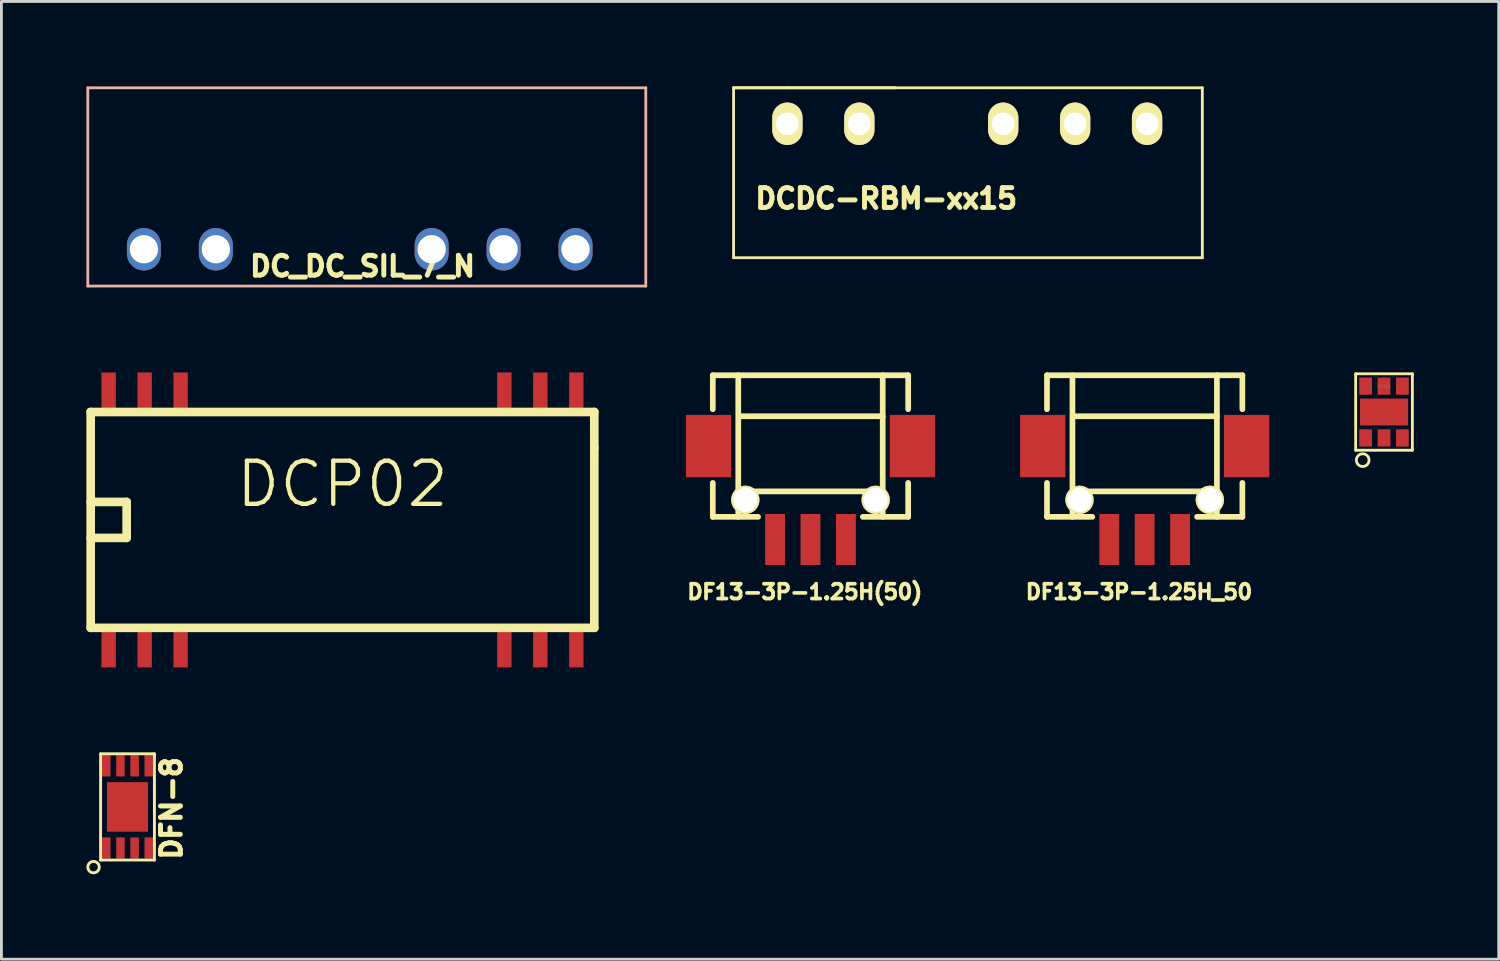
<source format=kicad_pcb>
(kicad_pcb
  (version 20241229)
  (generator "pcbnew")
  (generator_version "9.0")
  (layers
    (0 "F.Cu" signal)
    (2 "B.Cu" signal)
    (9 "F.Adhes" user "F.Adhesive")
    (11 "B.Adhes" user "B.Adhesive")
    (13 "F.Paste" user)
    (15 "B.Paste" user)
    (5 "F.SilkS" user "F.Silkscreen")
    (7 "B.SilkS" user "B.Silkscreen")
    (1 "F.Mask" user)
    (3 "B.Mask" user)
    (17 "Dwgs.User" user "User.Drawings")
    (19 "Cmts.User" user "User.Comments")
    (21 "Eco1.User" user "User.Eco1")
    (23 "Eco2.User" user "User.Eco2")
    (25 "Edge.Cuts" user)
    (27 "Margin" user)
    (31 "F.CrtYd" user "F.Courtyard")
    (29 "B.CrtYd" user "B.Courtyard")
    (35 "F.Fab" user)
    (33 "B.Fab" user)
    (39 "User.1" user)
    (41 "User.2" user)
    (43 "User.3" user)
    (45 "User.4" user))
  (footprint "DF13-3P-1.25H(50)"
    (layer "F.Cu")
    (at 25.565 15.998)
    (property "Reference" "DF13-3P-1.25H(50)" (at -0.201 1.849 0) (layer "F.SilkS") (effects (font (size 0.523 0.523) (thickness 0.132))))
    (attr through_hole)
    (fp_line (start -3.449 -5.799) (end -3.449 -4.6) (stroke (width 0.201) (type solid)) (layer "F.SilkS"))
    (fp_line (start -3.449 -5.799) (end 3.449 -5.799) (stroke (width 0.201) (type solid)) (layer "F.SilkS"))
    (fp_line (start -3.449 -0.8) (end -3.449 -1.999) (stroke (width 0.201) (type solid)) (layer "F.SilkS"))
    (fp_line (start -3.449 -0.8) (end -1.849 -0.8) (stroke (width 0.201) (type solid)) (layer "F.SilkS"))
    (fp_line (start -2.55 -1.699) (end 2.55 -1.699) (stroke (width 0.201) (type solid)) (layer "F.SilkS"))
    (fp_line (start -2.55 -0.8) (end -2.55 -5.799) (stroke (width 0.201) (type solid)) (layer "F.SilkS"))
    (fp_line (start -2.499 -4.351) (end 2.55 -4.351) (stroke (width 0.201) (type solid)) (layer "F.SilkS"))
    (fp_line (start 2.55 -5.799) (end 2.55 -0.8) (stroke (width 0.201) (type solid)) (layer "F.SilkS"))
    (fp_line (start 3.449 -5.799) (end 3.449 -4.6) (stroke (width 0.201) (type solid)) (layer "F.SilkS"))
    (fp_line (start 3.449 -0.8) (end 1.849 -0.8) (stroke (width 0.201) (type solid)) (layer "F.SilkS"))
    (fp_line (start 3.449 -0.8) (end 3.449 -1.999) (stroke (width 0.201) (type solid)) (layer "F.SilkS"))
    (pad "" smd rect (at -3.599 -3.299) (size 1.6 2.2) (layers "F.Cu" "F.Mask" "F.Paste"))
    (pad "" thru_hole circle (at -2.301 -1.4) (size 1.001 1.001) (drill 0.851) (layers "*.Cu" "*.Mask" "F.SilkS"))
    (pad "" thru_hole circle (at 2.301 -1.4) (size 1.001 1.001) (drill 0.851) (layers "*.Cu" "*.Mask" "F.SilkS"))
    (pad "" smd rect (at 3.599 -3.299) (size 1.6 2.2) (layers "F.Cu" "F.Mask" "F.Paste"))
    (pad "1" smd rect (at -1.25 0) (size 0.701 1.801) (layers "F.Cu" "F.Mask" "F.Paste"))
    (pad "2" smd rect (at 0 0) (size 0.701 1.801) (layers "F.Cu" "F.Mask" "F.Paste"))
    (pad "3" smd rect (at 1.25 0) (size 0.701 1.801) (layers "F.Cu" "F.Mask" "F.Paste")))
  (footprint "DFN-8"
    (layer "F.Cu")
    (at 1.452 25.439)
    (property "Reference" "DFN-8" (at 1.55 0.05 90) (layer "F.SilkS") (effects (font (size 0.7 0.7) (thickness 0.175))))
    (attr through_hole)
    (fp_line (start -0.95 -1.875) (end 0.95 -1.875) (stroke (width 0.102) (type solid)) (layer "F.SilkS"))
    (fp_line (start -0.95 1.875) (end -0.95 -1.875) (stroke (width 0.102) (type solid)) (layer "F.SilkS"))
    (fp_line (start 0.95 -1.875) (end 0.95 -1.8) (stroke (width 0.102) (type solid)) (layer "F.SilkS"))
    (fp_line (start 0.95 -1.8) (end 0.95 1.875) (stroke (width 0.102) (type solid)) (layer "F.SilkS"))
    (fp_line (start 0.95 1.875) (end -0.95 1.875) (stroke (width 0.102) (type solid)) (layer "F.SilkS"))
    (fp_circle (center -1.2 2.125) (end -1.025 2.225) (stroke (width 0.102) (type solid)) (fill no) (layer "F.SilkS"))
    (pad "1" smd rect (at -0.75 1.45) (size 0.3 0.75) (layers "F.Cu" "F.Mask" "F.Paste"))
    (pad "2" smd rect (at -0.25 1.45) (size 0.3 0.75) (layers "F.Cu" "F.Mask" "F.Paste"))
    (pad "3" smd rect (at 0.25 1.45) (size 0.3 0.75) (layers "F.Cu" "F.Mask" "F.Paste"))
    (pad "4" smd rect (at 0.75 1.45) (size 0.3 0.75) (layers "F.Cu" "F.Mask" "F.Paste"))
    (pad "5" smd rect (at 0.75 -1.45) (size 0.3 0.75) (layers "F.Cu" "F.Mask" "F.Paste"))
    (pad "6" smd rect (at 0.25 -1.45) (size 0.3 0.75) (layers "F.Cu" "F.Mask" "F.Paste"))
    (pad "7" smd rect (at -0.25 -1.45) (size 0.3 0.75) (layers "F.Cu" "F.Mask" "F.Paste"))
    (pad "8" smd rect (at -0.75 -1.45) (size 0.3 0.75) (layers "F.Cu" "F.Mask" "F.Paste"))
    (pad "9" smd rect (at 0 0) (size 1.45 1.75) (layers "F.Cu" "F.Mask" "F.Paste")))
  (footprint "DF13-3P-1.25H_50"
    (layer "F.Cu")
    (at 37.364 15.998)
    (property "Reference" "DF13-3P-1.25H_50" (at -0.201 1.849 0) (layer "F.SilkS") (effects (font (size 0.523 0.523) (thickness 0.132))))
    (attr through_hole)
    (fp_line (start -3.449 -5.799) (end -3.449 -4.6) (stroke (width 0.201) (type solid)) (layer "F.SilkS"))
    (fp_line (start -3.449 -5.799) (end 3.449 -5.799) (stroke (width 0.201) (type solid)) (layer "F.SilkS"))
    (fp_line (start -3.449 -0.8) (end -3.449 -1.999) (stroke (width 0.201) (type solid)) (layer "F.SilkS"))
    (fp_line (start -3.449 -0.8) (end -1.849 -0.8) (stroke (width 0.201) (type solid)) (layer "F.SilkS"))
    (fp_line (start -2.55 -1.699) (end 2.55 -1.699) (stroke (width 0.201) (type solid)) (layer "F.SilkS"))
    (fp_line (start -2.55 -0.8) (end -2.55 -5.799) (stroke (width 0.201) (type solid)) (layer "F.SilkS"))
    (fp_line (start -2.499 -4.351) (end 2.55 -4.351) (stroke (width 0.201) (type solid)) (layer "F.SilkS"))
    (fp_line (start 2.55 -5.799) (end 2.55 -0.8) (stroke (width 0.201) (type solid)) (layer "F.SilkS"))
    (fp_line (start 3.449 -5.799) (end 3.449 -4.6) (stroke (width 0.201) (type solid)) (layer "F.SilkS"))
    (fp_line (start 3.449 -0.8) (end 1.849 -0.8) (stroke (width 0.201) (type solid)) (layer "F.SilkS"))
    (fp_line (start 3.449 -0.8) (end 3.449 -1.999) (stroke (width 0.201) (type solid)) (layer "F.SilkS"))
    (pad "" smd rect (at -3.599 -3.299) (size 1.6 2.2) (layers "F.Cu" "F.Mask" "F.Paste"))
    (pad "" thru_hole circle (at -2.301 -1.4) (size 1.001 1.001) (drill 0.851) (layers "*.Cu" "*.Mask" "F.SilkS"))
    (pad "" thru_hole circle (at 2.301 -1.4) (size 1.001 1.001) (drill 0.851) (layers "*.Cu" "*.Mask" "F.SilkS"))
    (pad "" smd rect (at 3.599 -3.299) (size 1.6 2.2) (layers "F.Cu" "F.Mask" "F.Paste"))
    (pad "1" smd rect (at -1.25 0) (size 0.701 1.801) (layers "F.Cu" "F.Mask" "F.Paste"))
    (pad "2" smd rect (at 0 0) (size 0.701 1.801) (layers "F.Cu" "F.Mask" "F.Paste"))
    (pad "3" smd rect (at 1.25 0) (size 0.701 1.801) (layers "F.Cu" "F.Mask" "F.Paste")))
  (footprint "DC_DC_SIL_7_N"
    (layer "F.Cu")
    (at 9.65 5.75)
    (property "Reference" "DC_DC_SIL_7_N" (at 0.1 0.6 0) (layer "F.SilkS") (effects (font (size 0.7 0.7) (thickness 0.175))))
    (attr through_hole)
    (fp_line (start -9.6 -5.7) (end -9.6 1.3) (stroke (width 0.099) (type solid)) (layer "B.SilkS"))
    (fp_line (start -9.6 1.3) (end 10.1 1.3) (stroke (width 0.099) (type solid)) (layer "B.SilkS"))
    (fp_line (start 10.1 -5.7) (end -9.6 -5.7) (stroke (width 0.099) (type solid)) (layer "B.SilkS"))
    (fp_line (start 10.1 1.3) (end 10.1 -5.7) (stroke (width 0.099) (type solid)) (layer "B.SilkS"))
    (pad "1" thru_hole oval (at -7.62 0) (size 1.2 1.5) (drill 1) (layers "*.Cu" "*.Mask"))
    (pad "2" thru_hole oval (at -5.08 0) (size 1.2 1.5) (drill 1) (layers "*.Cu" "*.Mask"))
    (pad "5" thru_hole oval (at 2.54 0) (size 1.2 1.5) (drill 1) (layers "*.Cu" "*.Mask"))
    (pad "6" thru_hole oval (at 5.08 0) (size 1.2 1.5) (drill 1) (layers "*.Cu" "*.Mask"))
    (pad "7" thru_hole oval (at 7.62 0) (size 1.2 1.5) (drill 1) (layers "*.Cu" "*.Mask")))
  (footprint "DCDC-RBM-xx15"
    (layer "F.Cu")
    (at 29.829 1.32)
    (property "Reference" "DCDC-RBM-xx15" (at -1.59 2.64 0) (layer "F.SilkS") (effects (font (size 0.7 0.7) (thickness 0.175))))
    (attr through_hole)
    (fp_line (start -6.98 -1.27) (end 9.57 -1.27) (stroke (width 0.099) (type solid)) (layer "F.SilkS"))
    (fp_line (start -6.98 4.73) (end -6.98 -1.27) (stroke (width 0.099) (type solid)) (layer "F.SilkS"))
    (fp_line (start -5.08 -1.27) (end -6.98 -1.27) (stroke (width 0.099) (type solid)) (layer "F.SilkS"))
    (fp_line (start -5.08 -1.27) (end -1.27 -1.27) (stroke (width 0.099) (type solid)) (layer "F.SilkS"))
    (fp_line (start 9.57 -1.27) (end 9.57 4.73) (stroke (width 0.099) (type solid)) (layer "F.SilkS"))
    (fp_line (start 9.57 4.73) (end -6.98 4.73) (stroke (width 0.099) (type solid)) (layer "F.SilkS"))
    (pad "1" thru_hole oval (at -5.08 0 180) (size 1.07 1.5) (drill 0.8) (layers "*.Cu" "*.Mask" "F.SilkS"))
    (pad "2" thru_hole oval (at -2.54 0 180) (size 1.07 1.5) (drill 0.8) (layers "*.Cu" "*.Mask" "F.SilkS"))
    (pad "4" thru_hole oval (at 2.54 0 180) (size 1.07 1.5) (drill 0.8) (layers "*.Cu" "*.Mask" "F.SilkS"))
    (pad "5" thru_hole oval (at 5.08 0 180) (size 1.07 1.5) (drill 0.8) (layers "*.Cu" "*.Mask" "F.SilkS"))
    (pad "6" thru_hole oval (at 7.62 0 180) (size 1.07 1.5) (drill 0.8) (layers "*.Cu" "*.Mask" "F.SilkS")))
  (footprint "DCP02"
    (layer "F.Cu")
    (at 9.042 15.306)
    (property "Reference" "DCP02" (at 0 -1.265 0) (layer "F.SilkS") (effects (font (size 1.524 1.524) (thickness 0.152))))
    (attr smd)
    (fp_line (start -8.89 -3.81) (end 8.89 -3.81) (stroke (width 0.305) (type solid)) (layer "F.SilkS"))
    (fp_line (start -8.89 -0.635) (end -7.62 -0.635) (stroke (width 0.305) (type solid)) (layer "F.SilkS"))
    (fp_line (start -8.89 3.81) (end -8.89 -3.81) (stroke (width 0.305) (type solid)) (layer "F.SilkS"))
    (fp_line (start -7.62 -0.635) (end -7.62 0.635) (stroke (width 0.305) (type solid)) (layer "F.SilkS"))
    (fp_line (start -7.62 0.635) (end -8.89 0.635) (stroke (width 0.305) (type solid)) (layer "F.SilkS"))
    (fp_line (start 8.89 -3.81) (end 8.89 -2.54) (stroke (width 0.305) (type solid)) (layer "F.SilkS"))
    (fp_line (start 8.89 -2.54) (end 8.89 3.81) (stroke (width 0.305) (type solid)) (layer "F.SilkS"))
    (fp_line (start 8.89 3.81) (end -8.89 3.81) (stroke (width 0.305) (type solid)) (layer "F.SilkS"))
    (pad "1" smd rect (at -8.255 4.572) (size 0.508 1.27) (layers "F.Cu" "F.Mask" "F.Paste"))
    (pad "2" smd rect (at -6.985 4.572) (size 0.508 1.27) (layers "F.Cu" "F.Mask" "F.Paste"))
    (pad "3" smd rect (at -5.715 4.572) (size 0.508 1.27) (layers "F.Cu" "F.Mask" "F.Paste"))
    (pad "12" smd rect (at 5.715 4.572) (size 0.508 1.27) (layers "F.Cu" "F.Mask" "F.Paste"))
    (pad "13" smd rect (at 6.985 4.572) (size 0.508 1.27) (layers "F.Cu" "F.Mask" "F.Paste"))
    (pad "14" smd rect (at 8.255 4.572) (size 0.508 1.27) (layers "F.Cu" "F.Mask" "F.Paste"))
    (pad "15" smd rect (at 8.255 -4.572) (size 0.508 1.27) (layers "F.Cu" "F.Mask" "F.Paste"))
    (pad "16" smd rect (at 6.985 -4.572) (size 0.508 1.27) (layers "F.Cu" "F.Mask" "F.Paste"))
    (pad "17" smd rect (at 5.715 -4.572) (size 0.508 1.27) (layers "F.Cu" "F.Mask" "F.Paste"))
    (pad "26" smd rect (at -5.715 -4.572) (size 0.508 1.27) (layers "F.Cu" "F.Mask" "F.Paste"))
    (pad "27" smd rect (at -6.985 -4.572) (size 0.508 1.27) (layers "F.Cu" "F.Mask" "F.Paste"))
    (pad "28" smd rect (at -8.255 -4.572) (size 0.508 1.27) (layers "F.Cu" "F.Mask" "F.Paste")))
  (footprint "DFN6"
    (layer "F.Cu")
    (at 45.814 11.497)
    (property "Reference" "DFN6" (at 0 -0.899 0) (layer "F.SilkS") (effects (font (size 0.127 0.127) (thickness 0.003))))
    (attr smd)
    (fp_line (start -1.001 -1.349) (end -1.001 1.349) (stroke (width 0.099) (type solid)) (layer "F.SilkS"))
    (fp_line (start 1.001 -1.349) (end -1.001 -1.349) (stroke (width 0.099) (type solid)) (layer "F.SilkS"))
    (fp_line (start 1.001 -1.3) (end 1.001 -1.349) (stroke (width 0.099) (type solid)) (layer "F.SilkS"))
    (fp_line (start 1.001 1.349) (end -1.001 1.349) (stroke (width 0.099) (type solid)) (layer "F.SilkS"))
    (fp_line (start 1.001 1.349) (end 1.001 -1.3) (stroke (width 0.099) (type solid)) (layer "F.SilkS"))
    (fp_circle (center -0.752 1.699) (end -0.953 1.798) (stroke (width 0.099) (type solid)) (fill no) (layer "F.SilkS"))
    (pad "1" smd rect (at -0.65 0.914) (size 0.45 0.61) (layers "F.Cu" "F.Mask" "F.Paste"))
    (pad "2" smd rect (at 0 0.914) (size 0.45 0.61) (layers "F.Cu" "F.Mask" "F.Paste"))
    (pad "3" smd rect (at 0.65 0.914) (size 0.45 0.61) (layers "F.Cu" "F.Mask" "F.Paste" "Eco1.User"))
    (pad "4" smd rect (at 0.65 -0.914) (size 0.45 0.61) (layers "F.Cu" "F.Mask" "F.Paste"))
    (pad "5" smd rect (at 0 -0.914) (size 0.45 0.61) (layers "F.Cu" "F.Mask" "F.Paste"))
    (pad "6" smd rect (at -0.65 -0.914) (size 0.45 0.61) (layers "F.Cu" "F.Mask" "F.Paste"))
    (pad "7" smd rect (at 0 0) (size 1.699 0.95) (layers "F.Cu" "F.Mask" "F.Paste" "Eco1.User")))
  (gr_rect
    (start -3 -3)
    (end 49.864 30.816)
    (stroke (width 0.1) (type default))
    (fill no)
    (layer "Edge.Cuts")))
</source>
